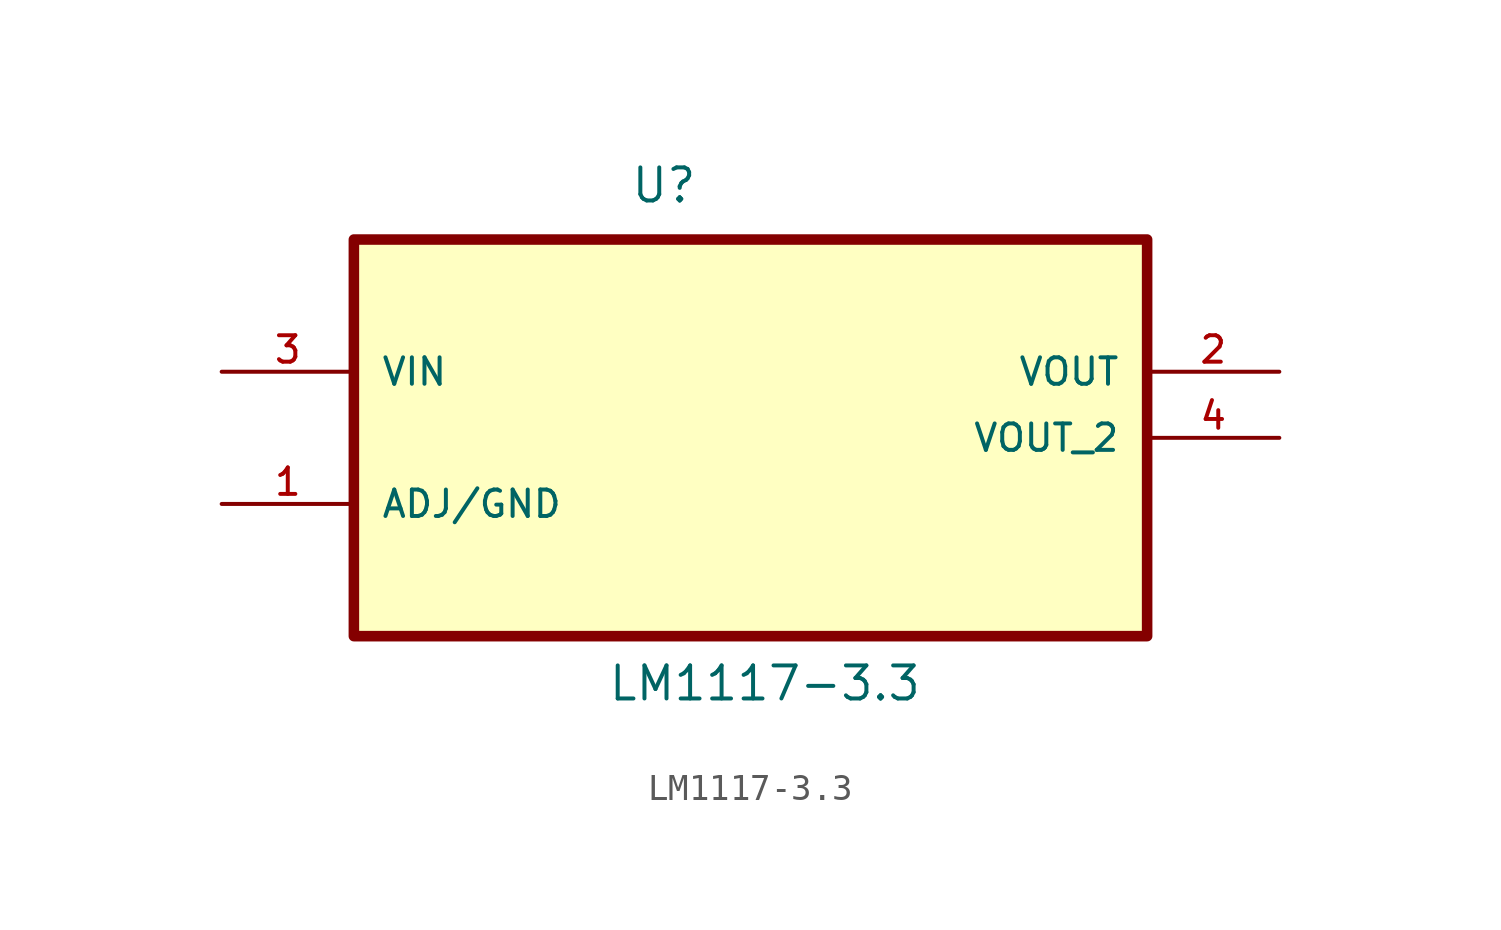
<source format=kicad_sym>
(kicad_symbol_lib
  (version 20211014)
  (generator kicad_symbol_editor)
  (symbol "LM1117-3.3"
    (pin_names
      (offset 1.016))
    (property "Reference" "U"
      (at -4.635 6.418 0.0)
      (effects (font (size 1.27 1.27)) (justify bottom left)))
    (property "Value" "LM1117-3.3"
      (at -5.505 -12.718 0.0)
      (effects (font (size 1.27 1.27)) (justify bottom left)))
    (symbol "LM1117-3.3_0_0"
      (rectangle (start -15.24 -10.16) (end 15.24 5.08) (stroke (width 0.406)) (fill (type background)))
      (pin passive line (at -20.32 -5.08 0) (length 5.08) (name "ADJ/GND" (effects (font (size 1.016 1.016)))) (number "1" (effects (font (size 1.016 1.016)))))
      (pin input line (at -20.32 0.0 0) (length 5.08) (name "VIN" (effects (font (size 1.016 1.016)))) (number "3" (effects (font (size 1.016 1.016)))))
      (pin output line (at 20.32 0.0 180.0) (length 5.08) (name "VOUT" (effects (font (size 1.016 1.016)))) (number "2" (effects (font (size 1.016 1.016)))))
      (pin output line (at 20.32 -2.54 180.0) (length 5.08) (name "VOUT_2" (effects (font (size 1.016 1.016)))) (number "4" (effects (font (size 1.016 1.016))))))))
</source>
